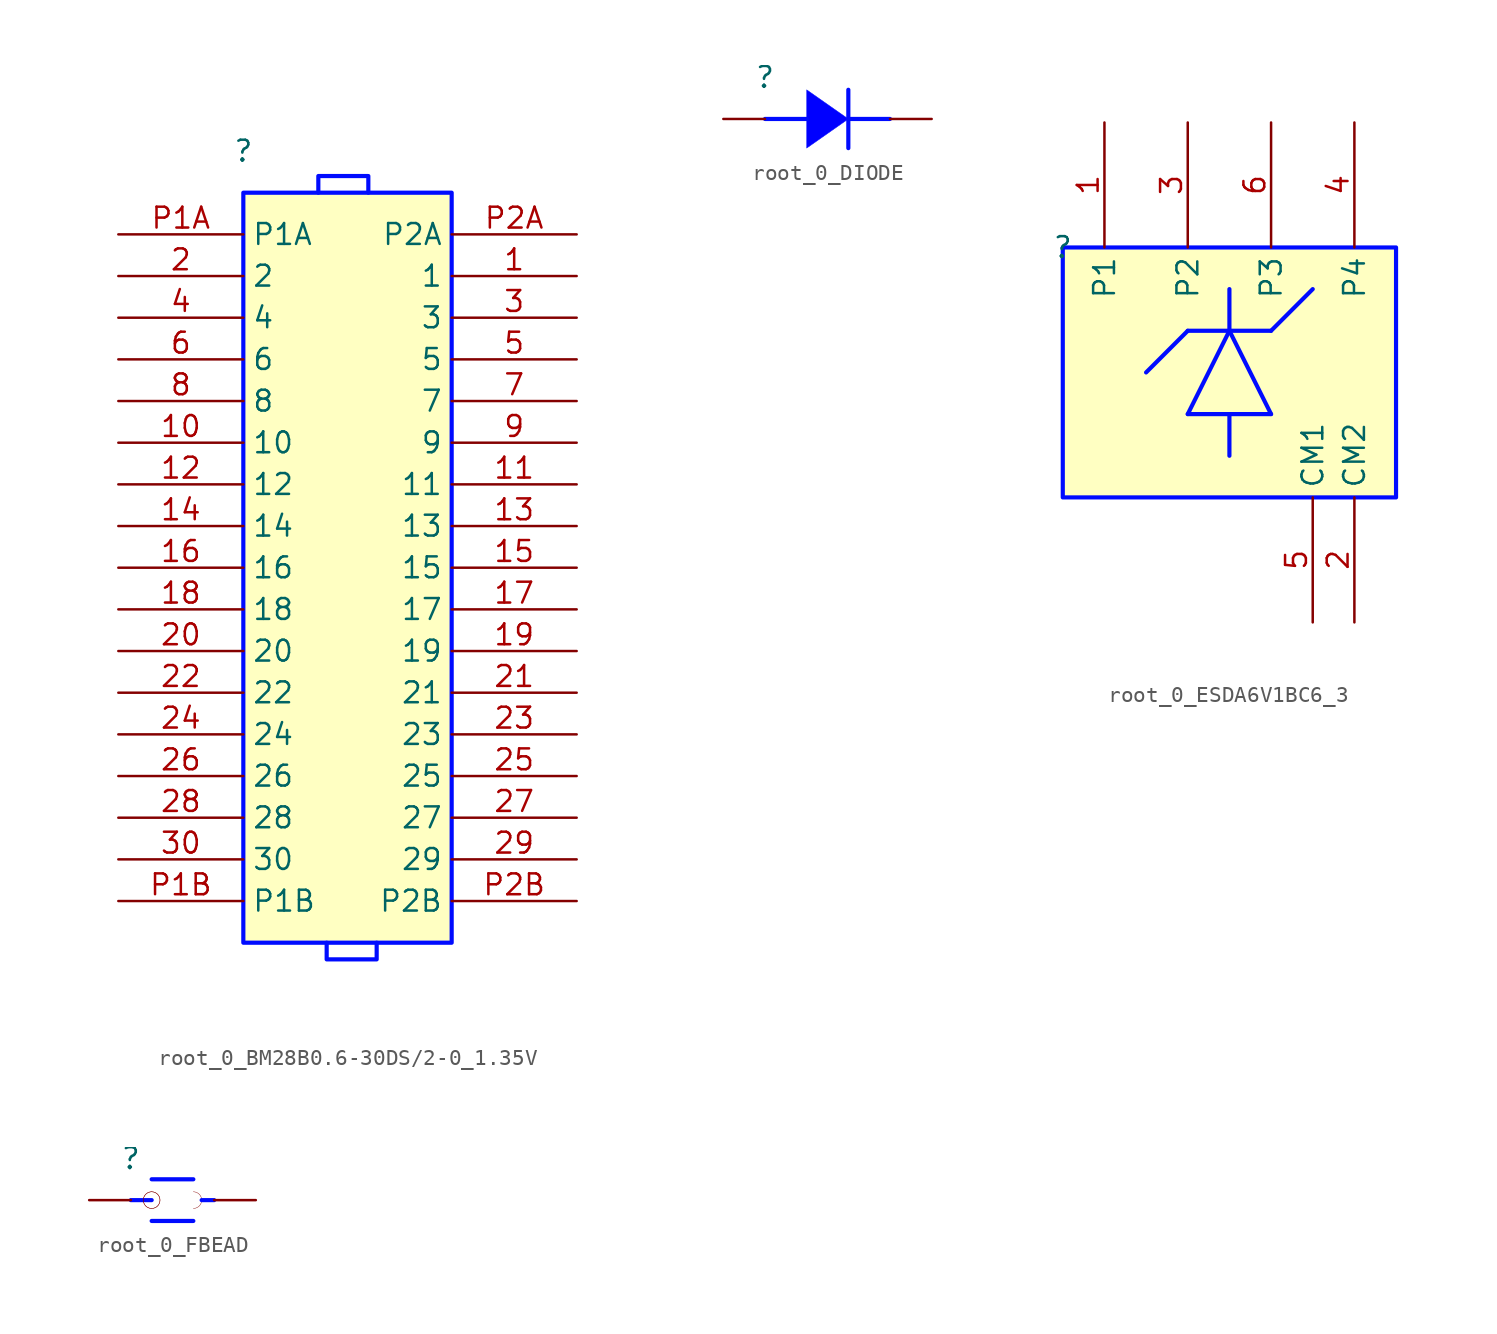
<source format=kicad_sym>
(kicad_symbol_lib
  (version 20231120)
  (generator "kicad_symbol_editor")
  (generator_version "8.0")
  (symbol "root_0_BM28B0.6-30DS/2-0_1.35V"
    (property "Reference" ""
      (at 0 0 0)
      (effects (font (size 1.27 1.27))))
    (property "Value" ""
      (at 0 0 0)
      (effects (font (size 1.27 1.27))))
    (symbol "root_0_BM28B0.6-30DS/2-0_1.35V_1_0"
      (polyline (pts (xy 5.08 -48.26) (xy 5.08 -48.26) (xy 5.08 -49.276) (xy 8.128 -49.276) (xy 8.128 -48.26)) (stroke (width 0.254) (type solid) (color 0 11 255 1)) (fill (type none)))
      (polyline (pts (xy 7.62 -2.54) (xy 7.62 -2.54) (xy 7.62 -1.524) (xy 4.572 -1.524) (xy 4.572 -2.54)) (stroke (width 0.254) (type solid) (color 0 11 255 1)) (fill (type none)))
      (rectangle (start 12.7 -2.54) (end 0 -48.26) (stroke (width 0.254) (type solid) (color 0 11 255 1)) (fill (type background)))
      (pin passive line (at 20.32 -7.62 180) (length 7.62) (name "1" (effects (font (size 1.27 1.27)))) (number "1" (effects (font (size 1.27 1.27)))))
      (pin passive line (at -7.62 -17.78 0) (length 7.62) (name "10" (effects (font (size 1.27 1.27)))) (number "10" (effects (font (size 1.27 1.27)))))
      (pin passive line (at 20.32 -20.32 180) (length 7.62) (name "11" (effects (font (size 1.27 1.27)))) (number "11" (effects (font (size 1.27 1.27)))))
      (pin passive line (at -7.62 -20.32 0) (length 7.62) (name "12" (effects (font (size 1.27 1.27)))) (number "12" (effects (font (size 1.27 1.27)))))
      (pin passive line (at 20.32 -22.86 180) (length 7.62) (name "13" (effects (font (size 1.27 1.27)))) (number "13" (effects (font (size 1.27 1.27)))))
      (pin passive line (at -7.62 -22.86 0) (length 7.62) (name "14" (effects (font (size 1.27 1.27)))) (number "14" (effects (font (size 1.27 1.27)))))
      (pin passive line (at 20.32 -25.4 180) (length 7.62) (name "15" (effects (font (size 1.27 1.27)))) (number "15" (effects (font (size 1.27 1.27)))))
      (pin passive line (at -7.62 -25.4 0) (length 7.62) (name "16" (effects (font (size 1.27 1.27)))) (number "16" (effects (font (size 1.27 1.27)))))
      (pin passive line (at 20.32 -27.94 180) (length 7.62) (name "17" (effects (font (size 1.27 1.27)))) (number "17" (effects (font (size 1.27 1.27)))))
      (pin passive line (at -7.62 -27.94 0) (length 7.62) (name "18" (effects (font (size 1.27 1.27)))) (number "18" (effects (font (size 1.27 1.27)))))
      (pin passive line (at 20.32 -30.48 180) (length 7.62) (name "19" (effects (font (size 1.27 1.27)))) (number "19" (effects (font (size 1.27 1.27)))))
      (pin passive line (at -7.62 -7.62 0) (length 7.62) (name "2" (effects (font (size 1.27 1.27)))) (number "2" (effects (font (size 1.27 1.27)))))
      (pin passive line (at -7.62 -30.48 0) (length 7.62) (name "20" (effects (font (size 1.27 1.27)))) (number "20" (effects (font (size 1.27 1.27)))))
      (pin passive line (at 20.32 -33.02 180) (length 7.62) (name "21" (effects (font (size 1.27 1.27)))) (number "21" (effects (font (size 1.27 1.27)))))
      (pin passive line (at -7.62 -33.02 0) (length 7.62) (name "22" (effects (font (size 1.27 1.27)))) (number "22" (effects (font (size 1.27 1.27)))))
      (pin passive line (at 20.32 -35.56 180) (length 7.62) (name "23" (effects (font (size 1.27 1.27)))) (number "23" (effects (font (size 1.27 1.27)))))
      (pin passive line (at -7.62 -35.56 0) (length 7.62) (name "24" (effects (font (size 1.27 1.27)))) (number "24" (effects (font (size 1.27 1.27)))))
      (pin passive line (at 20.32 -38.1 180) (length 7.62) (name "25" (effects (font (size 1.27 1.27)))) (number "25" (effects (font (size 1.27 1.27)))))
      (pin passive line (at -7.62 -38.1 0) (length 7.62) (name "26" (effects (font (size 1.27 1.27)))) (number "26" (effects (font (size 1.27 1.27)))))
      (pin passive line (at 20.32 -40.64 180) (length 7.62) (name "27" (effects (font (size 1.27 1.27)))) (number "27" (effects (font (size 1.27 1.27)))))
      (pin passive line (at -7.62 -40.64 0) (length 7.62) (name "28" (effects (font (size 1.27 1.27)))) (number "28" (effects (font (size 1.27 1.27)))))
      (pin passive line (at 20.32 -43.18 180) (length 7.62) (name "29" (effects (font (size 1.27 1.27)))) (number "29" (effects (font (size 1.27 1.27)))))
      (pin passive line (at 20.32 -10.16 180) (length 7.62) (name "3" (effects (font (size 1.27 1.27)))) (number "3" (effects (font (size 1.27 1.27)))))
      (pin passive line (at -7.62 -43.18 0) (length 7.62) (name "30" (effects (font (size 1.27 1.27)))) (number "30" (effects (font (size 1.27 1.27)))))
      (pin passive line (at -7.62 -10.16 0) (length 7.62) (name "4" (effects (font (size 1.27 1.27)))) (number "4" (effects (font (size 1.27 1.27)))))
      (pin passive line (at 20.32 -12.7 180) (length 7.62) (name "5" (effects (font (size 1.27 1.27)))) (number "5" (effects (font (size 1.27 1.27)))))
      (pin passive line (at -7.62 -12.7 0) (length 7.62) (name "6" (effects (font (size 1.27 1.27)))) (number "6" (effects (font (size 1.27 1.27)))))
      (pin passive line (at 20.32 -15.24 180) (length 7.62) (name "7" (effects (font (size 1.27 1.27)))) (number "7" (effects (font (size 1.27 1.27)))))
      (pin passive line (at -7.62 -15.24 0) (length 7.62) (name "8" (effects (font (size 1.27 1.27)))) (number "8" (effects (font (size 1.27 1.27)))))
      (pin passive line (at 20.32 -17.78 180) (length 7.62) (name "9" (effects (font (size 1.27 1.27)))) (number "9" (effects (font (size 1.27 1.27)))))
      (pin passive line (at -7.62 -5.08 0) (length 7.62) (name "P1A" (effects (font (size 1.27 1.27)))) (number "P1A" (effects (font (size 1.27 1.27)))))
      (pin passive line (at -7.62 -45.72 0) (length 7.62) (name "P1B" (effects (font (size 1.27 1.27)))) (number "P1B" (effects (font (size 1.27 1.27)))))
      (pin passive line (at 20.32 -5.08 180) (length 7.62) (name "P2A" (effects (font (size 1.27 1.27)))) (number "P2A" (effects (font (size 1.27 1.27)))))
      (pin passive line (at 20.32 -45.72 180) (length 7.62) (name "P2B" (effects (font (size 1.27 1.27)))) (number "P2B" (effects (font (size 1.27 1.27)))))))
  (symbol "root_0_DIODE"
    (property "Reference" ""
      (at 0 0 0)
      (effects (font (size 1.27 1.27))))
    (property "Value" ""
      (at 0 0 0)
      (effects (font (size 1.27 1.27))))
    (symbol "root_0_DIODE_1_0"
      (polyline (pts (xy 0 -2.54) (xy 2.54 -2.54)) (stroke (width 0.254) (type solid) (color 0 11 255 1)) (fill (type none)))
      (polyline (pts (xy 5.08 -2.54) (xy 7.62 -2.54)) (stroke (width 0.254) (type solid) (color 0 11 255 1)) (fill (type none)))
      (polyline (pts (xy 5.08 -0.762) (xy 5.08 -4.318)) (stroke (width 0.254) (type solid) (color 0 11 255 1)) (fill (type none)))
      (polyline (pts (xy 5.08 -2.54) (xy 5.08 -2.54) (xy 2.54 -4.318) (xy 2.54 -0.762) (xy 5.08 -2.54) (xy 5.08 -2.54)) (stroke (width 0.025) (type solid) (color 0 11 255 1)) (fill (type color) (color 0 0 255 1)))
      (pin passive line (at 10.16 -2.54 180) (length 2.54) (name "K" (effects (font (size 0 0)))) (number "1" (effects (font (size 0 0)))))
      (pin passive line (at -2.54 -2.54 0) (length 2.54) (name "A" (effects (font (size 0 0)))) (number "2" (effects (font (size 0 0)))))))
  (symbol "root_0_ESDA6V1BC6_3"
    (property "Reference" ""
      (at 0 0 0)
      (effects (font (size 1.27 1.27))))
    (property "Value" ""
      (at 0 0 0)
      (effects (font (size 1.27 1.27))))
    (symbol "root_0_ESDA6V1BC6_3_1_0"
      (polyline (pts (xy 7.62 -10.16) (xy 10.16 -5.08)) (stroke (width 0.254) (type solid) (color 0 11 255 1)) (fill (type none)))
      (polyline (pts (xy 7.62 -10.16) (xy 12.7 -10.16)) (stroke (width 0.254) (type solid) (color 0 11 255 1)) (fill (type none)))
      (polyline (pts (xy 7.62 -5.08) (xy 5.08 -7.62)) (stroke (width 0.254) (type solid) (color 0 11 255 1)) (fill (type none)))
      (polyline (pts (xy 7.62 -5.08) (xy 12.7 -5.08)) (stroke (width 0.254) (type solid) (color 0 11 255 1)) (fill (type none)))
      (polyline (pts (xy 10.16 -10.16) (xy 10.16 -12.7)) (stroke (width 0.254) (type solid) (color 0 11 255 1)) (fill (type none)))
      (polyline (pts (xy 10.16 -5.08) (xy 10.16 -2.54)) (stroke (width 0.254) (type solid) (color 0 11 255 1)) (fill (type none)))
      (polyline (pts (xy 12.7 -10.16) (xy 10.16 -5.08)) (stroke (width 0.254) (type solid) (color 0 11 255 1)) (fill (type none)))
      (polyline (pts (xy 12.7 -5.08) (xy 15.24 -2.54)) (stroke (width 0.254) (type solid) (color 0 11 255 1)) (fill (type none)))
      (rectangle (start 20.32 0) (end 0 -15.24) (stroke (width 0.254) (type solid) (color 0 11 255 1)) (fill (type background)))
      (pin passive line (at 2.54 7.62 270) (length 7.62) (name "P1" (effects (font (size 1.27 1.27)))) (number "1" (effects (font (size 1.27 1.27)))))
      (pin passive line (at 17.78 -22.86 90) (length 7.62) (name "CM2" (effects (font (size 1.27 1.27)))) (number "2" (effects (font (size 1.27 1.27)))))
      (pin passive line (at 7.62 7.62 270) (length 7.62) (name "P2" (effects (font (size 1.27 1.27)))) (number "3" (effects (font (size 1.27 1.27)))))
      (pin passive line (at 17.78 7.62 270) (length 7.62) (name "P4" (effects (font (size 1.27 1.27)))) (number "4" (effects (font (size 1.27 1.27)))))
      (pin passive line (at 15.24 -22.86 90) (length 7.62) (name "CM1" (effects (font (size 1.27 1.27)))) (number "5" (effects (font (size 1.27 1.27)))))
      (pin passive line (at 12.7 7.62 270) (length 7.62) (name "P3" (effects (font (size 1.27 1.27)))) (number "6" (effects (font (size 1.27 1.27)))))))
  (symbol "root_0_FBEAD"
    (property "Reference" ""
      (at 0 0 0)
      (effects (font (size 1.27 1.27))))
    (property "Value" ""
      (at 0 0 0)
      (effects (font (size 1.27 1.27))))
    (symbol "root_0_FBEAD_1_0"
      (polyline (pts (xy 0 -2.54) (xy 1.27 -2.54)) (stroke (width 0.254) (type solid) (color 0 11 255 1)) (fill (type none)))
      (polyline (pts (xy 1.27 -3.81) (xy 3.81 -3.81)) (stroke (width 0.254) (type solid) (color 0 11 255 1)) (fill (type none)))
      (polyline (pts (xy 1.27 -1.27) (xy 3.81 -1.27)) (stroke (width 0.254) (type solid) (color 0 11 255 1)) (fill (type none)))
      (polyline (pts (xy 4.318 -2.54) (xy 5.08 -2.54)) (stroke (width 0.254) (type solid) (color 0 11 255 1)) (fill (type none)))
      (arc (start 1.27 -3.048) (mid 1.778 -2.54) (end 1.27 -2.032) (stroke (width 0.0254) (type solid)) (fill (type none)))
      (circle (center 1.27 -2.54) (radius 0.508) (stroke (width 0.025) (type solid)) (fill (type none)))
      (arc (start 1.27 -2.032) (mid 0.762 -2.54) (end 1.27 -3.048) (stroke (width 0.0254) (type solid)) (fill (type none)))
      (arc (start 3.81 -3.048) (mid 4.318 -2.54) (end 3.81 -2.032) (stroke (width 0.0254) (type solid)) (fill (type none)))
      (pin passive line (at -2.54 -2.54 0) (length 2.54) (name "1" (effects (font (size 0 0)))) (number "1" (effects (font (size 0 0)))))
      (pin passive line (at 7.62 -2.54 180) (length 2.54) (name "2" (effects (font (size 0 0)))) (number "2" (effects (font (size 0 0))))))))
</source>
